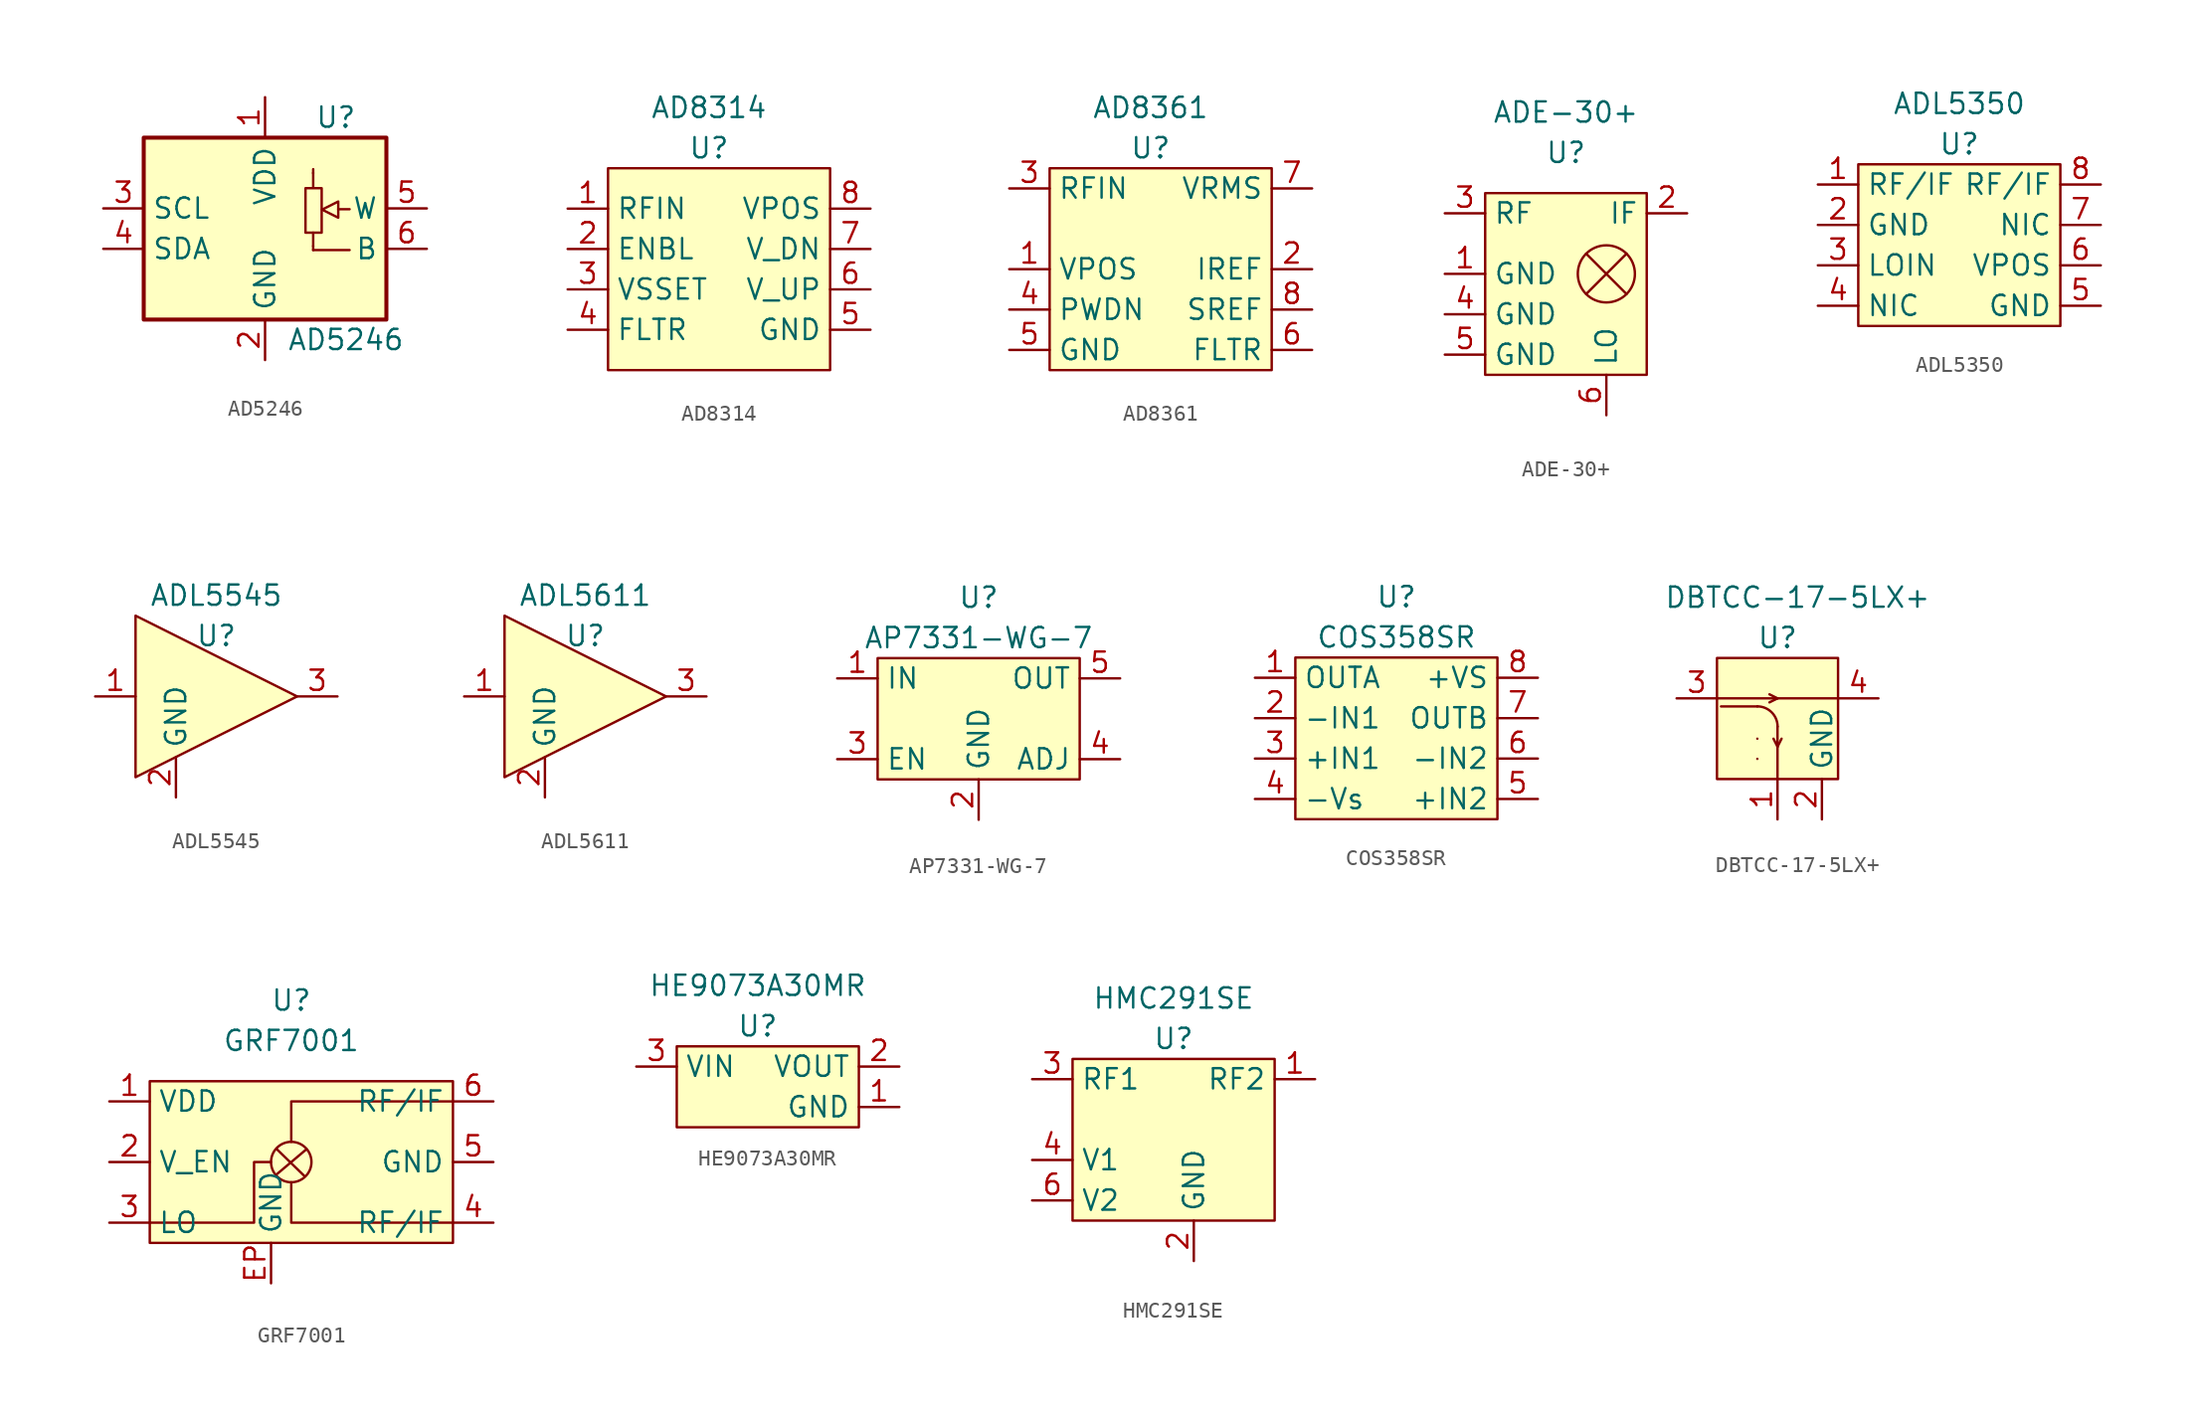
<source format=kicad_sym>
(kicad_symbol_lib
  (version 20220914)
  (generator kicad_symbol_editor)
  (symbol "AD5246"
    (property "Reference" "U"
      (at 4.445 6.985 0)
      (effects (font (size 1.27 1.27))))
    (property "Value" "AD5246"
      (at 5.08 -6.985 0)
      (effects (font (size 1.27 1.27))))
    (symbol "AD5246_0_1"
      (rectangle (start -7.62 5.715) (end 7.62 -5.715) (stroke (width 0.254) (type default)) (fill (type background))))
    (symbol "AD5246_1_1"
      (polyline (pts (xy 3.023 -1.092) (xy 3.023 -0.254)) (stroke (width 0) (type default)) (fill (type none)))
      (polyline (pts (xy 3.023 3.505) (xy 3.023 2.565)) (stroke (width 0) (type default)) (fill (type none)))
      (polyline (pts (xy 4.597 1.219) (xy 5.309 1.219)) (stroke (width 0) (type default)) (fill (type none)))
      (polyline (pts (xy 3.023 -1.346) (xy 3.023 -1.092) (xy 3.023 -1.092)) (stroke (width 0) (type default)) (fill (type background)))
      (polyline (pts (xy 3.023 -1.346) (xy 5.309 -1.346) (xy 5.309 -1.346)) (stroke (width 0) (type default)) (fill (type background)))
      (polyline (pts (xy 3.023 3.734) (xy 3.023 3.48) (xy 3.023 3.48)) (stroke (width 0) (type default)) (fill (type none)))
      (polyline (pts (xy 4.597 1.702) (xy 4.597 0.686) (xy 3.581 1.194) (xy 4.597 1.702) (xy 4.597 1.702)) (stroke (width 0) (type default)) (fill (type background)))
      (rectangle (start 2.54 2.54) (end 3.556 -0.254) (stroke (width 0) (type default)) (fill (type none)))
      (pin power_in line (at 0 8.255 270) (length 2.54) (name "VDD" (effects (font (size 1.27 1.27)))) (number "1" (effects (font (size 1.27 1.27)))))
      (pin power_in line (at 0 -8.255 90) (length 2.54) (name "GND" (effects (font (size 1.27 1.27)))) (number "2" (effects (font (size 1.27 1.27)))))
      (pin input line (at -10.16 1.27 0) (length 2.54) (name "SCL" (effects (font (size 1.27 1.27)))) (number "3" (effects (font (size 1.27 1.27)))))
      (pin bidirectional line (at -10.16 -1.27 0) (length 2.54) (name "SDA" (effects (font (size 1.27 1.27)))) (number "4" (effects (font (size 1.27 1.27)))))
      (pin passive line (at 10.16 1.27 180) (length 2.54) (name "W" (effects (font (size 1.27 1.27)))) (number "5" (effects (font (size 1.27 1.27)))))
      (pin passive line (at 10.16 -1.27 180) (length 2.54) (name "B" (effects (font (size 1.27 1.27)))) (number "6" (effects (font (size 1.27 1.27)))))))
  (symbol "AD8314"
    (property "Reference" "U"
      (at 0 7.62 0)
      (effects (font (size 1.27 1.27))))
    (property "Value" "AD8314"
      (at 0 10.16 0)
      (effects (font (size 1.27 1.27))))
    (symbol "AD8314_0_1"
      (rectangle (start -6.35 6.35) (end 7.62 -6.35) (stroke (width 0) (type default)) (fill (type background))))
    (symbol "AD8314_1_1"
      (pin input line (at -8.89 3.81 0) (length 2.54) (name "RFIN" (effects (font (size 1.27 1.27)))) (number "1" (effects (font (size 1.27 1.27)))))
      (pin input line (at -8.89 1.27 0) (length 2.54) (name "ENBL" (effects (font (size 1.27 1.27)))) (number "2" (effects (font (size 1.27 1.27)))))
      (pin passive line (at -8.89 -1.27 0) (length 2.54) (name "VSSET" (effects (font (size 1.27 1.27)))) (number "3" (effects (font (size 1.27 1.27)))))
      (pin passive line (at -8.89 -3.81 0) (length 2.54) (name "FLTR" (effects (font (size 1.27 1.27)))) (number "4" (effects (font (size 1.27 1.27)))))
      (pin power_in line (at 10.16 -3.81 180) (length 2.54) (name "GND" (effects (font (size 1.27 1.27)))) (number "5" (effects (font (size 1.27 1.27)))))
      (pin output line (at 10.16 -1.27 180) (length 2.54) (name "V_UP" (effects (font (size 1.27 1.27)))) (number "6" (effects (font (size 1.27 1.27)))))
      (pin output line (at 10.16 1.27 180) (length 2.54) (name "V_DN" (effects (font (size 1.27 1.27)))) (number "7" (effects (font (size 1.27 1.27)))))
      (pin power_in line (at 10.16 3.81 180) (length 2.54) (name "VPOS" (effects (font (size 1.27 1.27)))) (number "8" (effects (font (size 1.27 1.27)))))))
  (symbol "AD8361"
    (property "Reference" "U"
      (at 0 7.62 0)
      (effects (font (size 1.27 1.27))))
    (property "Value" "AD8361"
      (at 0 10.16 0)
      (effects (font (size 1.27 1.27))))
    (symbol "AD8361_0_1"
      (rectangle (start -6.35 6.35) (end 7.62 -6.35) (stroke (width 0) (type default)) (fill (type background))))
    (symbol "AD8361_1_1"
      (pin power_in line (at -8.89 0 0) (length 2.54) (name "VPOS" (effects (font (size 1.27 1.27)))) (number "1" (effects (font (size 1.27 1.27)))))
      (pin power_in line (at 10.16 0 180) (length 2.54) (name "IREF" (effects (font (size 1.27 1.27)))) (number "2" (effects (font (size 1.27 1.27)))))
      (pin input line (at -8.89 5.08 0) (length 2.54) (name "RFIN" (effects (font (size 1.27 1.27)))) (number "3" (effects (font (size 1.27 1.27)))))
      (pin input line (at -8.89 -2.54 0) (length 2.54) (name "PWDN" (effects (font (size 1.27 1.27)))) (number "4" (effects (font (size 1.27 1.27)))))
      (pin power_in line (at -8.89 -5.08 0) (length 2.54) (name "GND" (effects (font (size 1.27 1.27)))) (number "5" (effects (font (size 1.27 1.27)))))
      (pin bidirectional line (at 10.16 -5.08 180) (length 2.54) (name "FLTR" (effects (font (size 1.27 1.27)))) (number "6" (effects (font (size 1.27 1.27)))))
      (pin output line (at 10.16 5.08 180) (length 2.54) (name "VRMS" (effects (font (size 1.27 1.27)))) (number "7" (effects (font (size 1.27 1.27)))))
      (pin power_in line (at 10.16 -2.54 180) (length 2.54) (name "SREF" (effects (font (size 1.27 1.27)))) (number "8" (effects (font (size 1.27 1.27)))))))
  (symbol "ADE-30+"
    (property "Reference" "U"
      (at 0 6.35 0)
      (effects (font (size 1.27 1.27))))
    (property "Value" "ADE-30+"
      (at 0 8.89 0)
      (effects (font (size 1.27 1.27))))
    (symbol "ADE-30+_0_1"
      (rectangle (start -5.08 3.81) (end 5.08 -7.62) (stroke (width 0) (type default)) (fill (type background)))
      (polyline (pts (xy 1.27 -2.54) (xy 3.81 0)) (stroke (width 0) (type default)) (fill (type none)))
      (polyline (pts (xy 1.27 0) (xy 3.81 -2.54)) (stroke (width 0) (type default)) (fill (type none)))
      (circle (center 2.54 -1.27) (radius 1.796) (stroke (width 0) (type default)) (fill (type none))))
    (symbol "ADE-30+_1_1"
      (pin input line (at -7.62 -1.27 0) (length 2.54) (name "GND" (effects (font (size 1.27 1.27)))) (number "1" (effects (font (size 1.27 1.27)))))
      (pin input line (at 7.62 2.54 180) (length 2.54) (name "IF" (effects (font (size 1.27 1.27)))) (number "2" (effects (font (size 1.27 1.27)))))
      (pin input line (at -7.62 2.54 0) (length 2.54) (name "RF" (effects (font (size 1.27 1.27)))) (number "3" (effects (font (size 1.27 1.27)))))
      (pin input line (at -7.62 -3.81 0) (length 2.54) (name "GND" (effects (font (size 1.27 1.27)))) (number "4" (effects (font (size 1.27 1.27)))))
      (pin input line (at -7.62 -6.35 0) (length 2.54) (name "GND" (effects (font (size 1.27 1.27)))) (number "5" (effects (font (size 1.27 1.27)))))
      (pin input line (at 2.54 -10.16 90) (length 2.54) (name "LO" (effects (font (size 1.27 1.27)))) (number "6" (effects (font (size 1.27 1.27)))))))
  (symbol "ADL5350"
    (property "Reference" "U"
      (at 0 6.35 0)
      (effects (font (size 1.27 1.27))))
    (property "Value" "ADL5350"
      (at 0 8.89 0)
      (effects (font (size 1.27 1.27))))
    (symbol "ADL5350_0_1"
      (rectangle (start -6.35 5.08) (end 6.35 -5.08) (stroke (width 0) (type default)) (fill (type background))))
    (symbol "ADL5350_1_1"
      (pin bidirectional line (at -8.89 3.81 0) (length 2.54) (name "RF/IF" (effects (font (size 1.27 1.27)))) (number "1" (effects (font (size 1.27 1.27)))))
      (pin power_in line (at -8.89 1.27 0) (length 2.54) (name "GND" (effects (font (size 1.27 1.27)))) (number "2" (effects (font (size 1.27 1.27)))))
      (pin input line (at -8.89 -1.27 0) (length 2.54) (name "LOIN" (effects (font (size 1.27 1.27)))) (number "3" (effects (font (size 1.27 1.27)))))
      (pin unspecified line (at -8.89 -3.81 0) (length 2.54) (name "NIC" (effects (font (size 1.27 1.27)))) (number "4" (effects (font (size 1.27 1.27)))))
      (pin power_in line (at 8.89 -3.81 180) (length 2.54) (name "GND" (effects (font (size 1.27 1.27)))) (number "5" (effects (font (size 1.27 1.27)))))
      (pin power_in line (at 8.89 -1.27 180) (length 2.54) (name "VPOS" (effects (font (size 1.27 1.27)))) (number "6" (effects (font (size 1.27 1.27)))))
      (pin unspecified line (at 8.89 1.27 180) (length 2.54) (name "NIC" (effects (font (size 1.27 1.27)))) (number "7" (effects (font (size 1.27 1.27)))))
      (pin bidirectional line (at 8.89 3.81 180) (length 2.54) (name "RF/IF" (effects (font (size 1.27 1.27)))) (number "8" (effects (font (size 1.27 1.27)))))))
  (symbol "ADL5545"
    (property "Reference" "U"
      (at 0 3.81 0)
      (effects (font (size 1.27 1.27))))
    (property "Value" "ADL5545"
      (at 0 6.35 0)
      (effects (font (size 1.27 1.27))))
    (symbol "ADL5545_0_1"
      (polyline (pts (xy -5.08 5.08) (xy -5.08 -5.08) (xy 5.08 0) (xy -5.08 5.08)) (stroke (width 0) (type default)) (fill (type background))))
    (symbol "ADL5545_1_1"
      (pin input line (at -7.62 0 0) (length 2.54) (name "" (effects (font (size 1.27 1.27)))) (number "1" (effects (font (size 1.27 1.27)))))
      (pin power_in line (at -2.54 -6.35 90) (length 2.54) (name "GND" (effects (font (size 1.27 1.27)))) (number "2" (effects (font (size 1.27 1.27)))))
      (pin output line (at 7.62 0 180) (length 2.54) (name "" (effects (font (size 1.27 1.27)))) (number "3" (effects (font (size 1.27 1.27)))))))
  (symbol "ADL5611"
    (property "Reference" "U"
      (at 0 3.81 0)
      (effects (font (size 1.27 1.27))))
    (property "Value" "ADL5611"
      (at 0 6.35 0)
      (effects (font (size 1.27 1.27))))
    (symbol "ADL5611_0_1"
      (polyline (pts (xy -5.08 5.08) (xy -5.08 -5.08) (xy 5.08 0) (xy -5.08 5.08)) (stroke (width 0) (type default)) (fill (type background))))
    (symbol "ADL5611_1_1"
      (pin input line (at -7.62 0 0) (length 2.54) (name "" (effects (font (size 1.27 1.27)))) (number "1" (effects (font (size 1.27 1.27)))))
      (pin power_in line (at -2.54 -6.35 90) (length 2.54) (name "GND" (effects (font (size 1.27 1.27)))) (number "2" (effects (font (size 1.27 1.27)))))
      (pin output line (at 7.62 0 180) (length 2.54) (name "" (effects (font (size 1.27 1.27)))) (number "3" (effects (font (size 1.27 1.27)))))))
  (symbol "AP7331-WG-7"
    (property "Reference" "U"
      (at 0 7.62 0)
      (effects (font (size 1.27 1.27))))
    (property "Value" "AP7331-WG-7"
      (at 0 5.08 0)
      (effects (font (size 1.27 1.27))))
    (symbol "AP7331-WG-7_0_1"
      (rectangle (start -6.35 3.81) (end 6.35 -3.81) (stroke (width 0) (type default)) (fill (type background))))
    (symbol "AP7331-WG-7_1_1"
      (pin power_in line (at -8.89 2.54 0) (length 2.54) (name "IN" (effects (font (size 1.27 1.27)))) (number "1" (effects (font (size 1.27 1.27)))))
      (pin power_in line (at 0 -6.35 90) (length 2.54) (name "GND" (effects (font (size 1.27 1.27)))) (number "2" (effects (font (size 1.27 1.27)))))
      (pin power_in line (at -8.89 -2.54 0) (length 2.54) (name "EN" (effects (font (size 1.27 1.27)))) (number "3" (effects (font (size 1.27 1.27)))))
      (pin input line (at 8.89 -2.54 180) (length 2.54) (name "ADJ" (effects (font (size 1.27 1.27)))) (number "4" (effects (font (size 1.27 1.27)))))
      (pin power_out line (at 8.89 2.54 180) (length 2.54) (name "OUT" (effects (font (size 1.27 1.27)))) (number "5" (effects (font (size 1.27 1.27)))))))
  (symbol "COS358SR"
    (property "Reference" "U"
      (at 0 8.89 0)
      (effects (font (size 1.27 1.27))))
    (property "Value" "COS358SR"
      (at 0 6.35 0)
      (effects (font (size 1.27 1.27))))
    (symbol "COS358SR_0_1"
      (rectangle (start -6.35 5.08) (end 6.35 -5.08) (stroke (width 0) (type default)) (fill (type background))))
    (symbol "COS358SR_1_1"
      (pin output line (at -8.89 3.81 0) (length 2.54) (name "OUTA" (effects (font (size 1.27 1.27)))) (number "1" (effects (font (size 1.27 1.27)))))
      (pin input line (at -8.89 1.27 0) (length 2.54) (name "-IN1" (effects (font (size 1.27 1.27)))) (number "2" (effects (font (size 1.27 1.27)))))
      (pin input line (at -8.89 -1.27 0) (length 2.54) (name "+IN1" (effects (font (size 1.27 1.27)))) (number "3" (effects (font (size 1.27 1.27)))))
      (pin power_in line (at -8.89 -3.81 0) (length 2.54) (name "-Vs" (effects (font (size 1.27 1.27)))) (number "4" (effects (font (size 1.27 1.27)))))
      (pin input line (at 8.89 -3.81 180) (length 2.54) (name "+IN2" (effects (font (size 1.27 1.27)))) (number "5" (effects (font (size 1.27 1.27)))))
      (pin input line (at 8.89 -1.27 180) (length 2.54) (name "-IN2" (effects (font (size 1.27 1.27)))) (number "6" (effects (font (size 1.27 1.27)))))
      (pin output line (at 8.89 1.27 180) (length 2.54) (name "OUTB" (effects (font (size 1.27 1.27)))) (number "7" (effects (font (size 1.27 1.27)))))
      (pin power_in line (at 8.89 3.81 180) (length 2.54) (name "+VS" (effects (font (size 1.27 1.27)))) (number "8" (effects (font (size 1.27 1.27)))))))
  (symbol "DBTCC-17-5LX+"
    (property "Reference" "U"
      (at 0 5.08 0)
      (effects (font (size 1.27 1.27))))
    (property "Value" "DBTCC-17-5LX+"
      (at 1.27 7.62 0)
      (effects (font (size 1.27 1.27))))
    (symbol "DBTCC-17-5LX+_0_1"
      (rectangle (start -3.81 3.81) (end 3.81 -3.81) (stroke (width 0) (type default)) (fill (type background)))
      (polyline (pts (xy -3.81 1.27) (xy 3.81 1.27)) (stroke (width 0) (type default)) (fill (type none)))
      (polyline (pts (xy -1.27 -2.54) (xy -1.27 -2.54)) (stroke (width 0) (type default)) (fill (type none)))
      (polyline (pts (xy -1.27 -1.27) (xy -1.27 -1.27)) (stroke (width 0) (type default)) (fill (type none)))
      (polyline (pts (xy -1.27 0.762) (xy -3.556 0.762)) (stroke (width 0) (type default)) (fill (type none)))
      (polyline (pts (xy 0 -1.778) (xy -0.254 -1.27)) (stroke (width 0) (type default)) (fill (type none)))
      (polyline (pts (xy 0 -1.778) (xy 0.254 -1.27)) (stroke (width 0) (type default)) (fill (type none)))
      (polyline (pts (xy 0 -0.508) (xy 0 -3.81)) (stroke (width 0) (type default)) (fill (type none)))
      (polyline (pts (xy 0 1.27) (xy -0.508 1.016)) (stroke (width 0) (type default)) (fill (type none)))
      (polyline (pts (xy 0 1.27) (xy -0.508 1.524)) (stroke (width 0) (type default)) (fill (type none)))
      (arc (start 0.0025 -0.5055) (mid -0.3702 0.3918) (end -1.2675 0.7645) (stroke (width 0) (type default)) (fill (type none))))
    (symbol "DBTCC-17-5LX+_1_1"
      (pin output line (at 0 -6.35 90) (length 2.54) (name "" (effects (font (size 1.27 1.27)))) (number "1" (effects (font (size 1.27 1.27)))))
      (pin output line (at 2.794 -6.35 90) (length 2.54) (name "GND" (effects (font (size 1.27 1.27)))) (number "2" (effects (font (size 1.27 1.27)))))
      (pin input line (at -6.35 1.27 0) (length 2.54) (name "" (effects (font (size 1.27 1.27)))) (number "3" (effects (font (size 1.27 1.27)))))
      (pin output line (at 6.35 1.27 180) (length 2.54) (name "" (effects (font (size 1.27 1.27)))) (number "4" (effects (font (size 1.27 1.27)))))))
  (symbol "GRF7001"
    (property "Reference" "U"
      (at 0 10.16 0)
      (effects (font (size 1.27 1.27))))
    (property "Value" "GRF7001"
      (at 0 7.62 0)
      (effects (font (size 1.27 1.27))))
    (symbol "GRF7001_0_1"
      (rectangle (start -8.89 5.08) (end 10.16 -5.08) (stroke (width 0) (type default)) (fill (type background)))
      (polyline (pts (xy -0.914 0.813) (xy 0.813 -0.864)) (stroke (width 0) (type default)) (fill (type none)))
      (polyline (pts (xy 0.965 0.813) (xy -0.965 -0.813)) (stroke (width 0) (type default)) (fill (type none)))
      (polyline (pts (xy 10.16 -3.81) (xy 0 -3.81) (xy 0 -1.27)) (stroke (width 0) (type default)) (fill (type none)))
      (polyline (pts (xy 10.16 3.81) (xy 0 3.81) (xy 0 1.27)) (stroke (width 0) (type default)) (fill (type none)))
      (polyline (pts (xy -8.89 -3.81) (xy -2.337 -3.81) (xy -2.337 0) (xy -1.27 0)) (stroke (width 0) (type default)) (fill (type none)))
      (circle (center 0 0) (radius 1.27) (stroke (width 0) (type default)) (fill (type none))))
    (symbol "GRF7001_1_1"
      (pin power_in line (at -11.43 3.81 0) (length 2.54) (name "VDD" (effects (font (size 1.27 1.27)))) (number "1" (effects (font (size 1.27 1.27)))))
      (pin input line (at -11.43 0 0) (length 2.54) (name "V_EN" (effects (font (size 1.27 1.27)))) (number "2" (effects (font (size 1.27 1.27)))))
      (pin input line (at -11.43 -3.81 0) (length 2.54) (name "LO" (effects (font (size 1.27 1.27)))) (number "3" (effects (font (size 1.27 1.27)))))
      (pin input line (at 12.7 -3.81 180) (length 2.54) (name "RF/IF" (effects (font (size 1.27 1.27)))) (number "4" (effects (font (size 1.27 1.27)))))
      (pin power_in line (at 12.7 0 180) (length 2.54) (name "GND" (effects (font (size 1.27 1.27)))) (number "5" (effects (font (size 1.27 1.27)))))
      (pin input line (at 12.7 3.81 180) (length 2.54) (name "RF/IF" (effects (font (size 1.27 1.27)))) (number "6" (effects (font (size 1.27 1.27)))))
      (pin input line (at -1.27 -7.62 90) (length 2.54) (name "GND" (effects (font (size 1.27 1.27)))) (number "EP" (effects (font (size 1.27 1.27)))))))
  (symbol "HE9073A30MR"
    (property "Reference" "U"
      (at 0 3.81 0)
      (effects (font (size 1.27 1.27))))
    (property "Value" "HE9073A30MR"
      (at 0 6.35 0)
      (effects (font (size 1.27 1.27))))
    (symbol "HE9073A30MR_0_1"
      (rectangle (start -5.08 2.54) (end 6.35 -2.54) (stroke (width 0) (type default)) (fill (type background))))
    (symbol "HE9073A30MR_1_1"
      (pin power_in line (at 8.89 -1.27 180) (length 2.54) (name "GND" (effects (font (size 1.27 1.27)))) (number "1" (effects (font (size 1.27 1.27)))))
      (pin power_out line (at 8.89 1.27 180) (length 2.54) (name "VOUT" (effects (font (size 1.27 1.27)))) (number "2" (effects (font (size 1.27 1.27)))))
      (pin power_in line (at -7.62 1.27 0) (length 2.54) (name "VIN" (effects (font (size 1.27 1.27)))) (number "3" (effects (font (size 1.27 1.27)))))))
  (symbol "HMC291SE"
    (property "Reference" "U"
      (at 0 6.35 0)
      (effects (font (size 1.27 1.27))))
    (property "Value" "HMC291SE"
      (at 0 8.89 0)
      (effects (font (size 1.27 1.27))))
    (symbol "HMC291SE_0_1"
      (rectangle (start -6.35 5.08) (end 6.35 -5.08) (stroke (width 0) (type default)) (fill (type background))))
    (symbol "HMC291SE_1_1"
      (pin input line (at 8.89 3.81 180) (length 2.54) (name "RF2" (effects (font (size 1.27 1.27)))) (number "1" (effects (font (size 1.27 1.27)))))
      (pin input line (at 1.27 -7.62 90) (length 2.54) (name "GND" (effects (font (size 1.27 1.27)))) (number "2" (effects (font (size 1.27 1.27)))))
      (pin input line (at -8.89 3.81 0) (length 2.54) (name "RF1" (effects (font (size 1.27 1.27)))) (number "3" (effects (font (size 1.27 1.27)))))
      (pin input line (at -8.89 -1.27 0) (length 2.54) (name "V1" (effects (font (size 1.27 1.27)))) (number "4" (effects (font (size 1.27 1.27)))))
      (pin input line (at -8.89 -3.81 0) (length 2.54) (name "V2" (effects (font (size 1.27 1.27)))) (number "6" (effects (font (size 1.27 1.27))))))))
</source>
